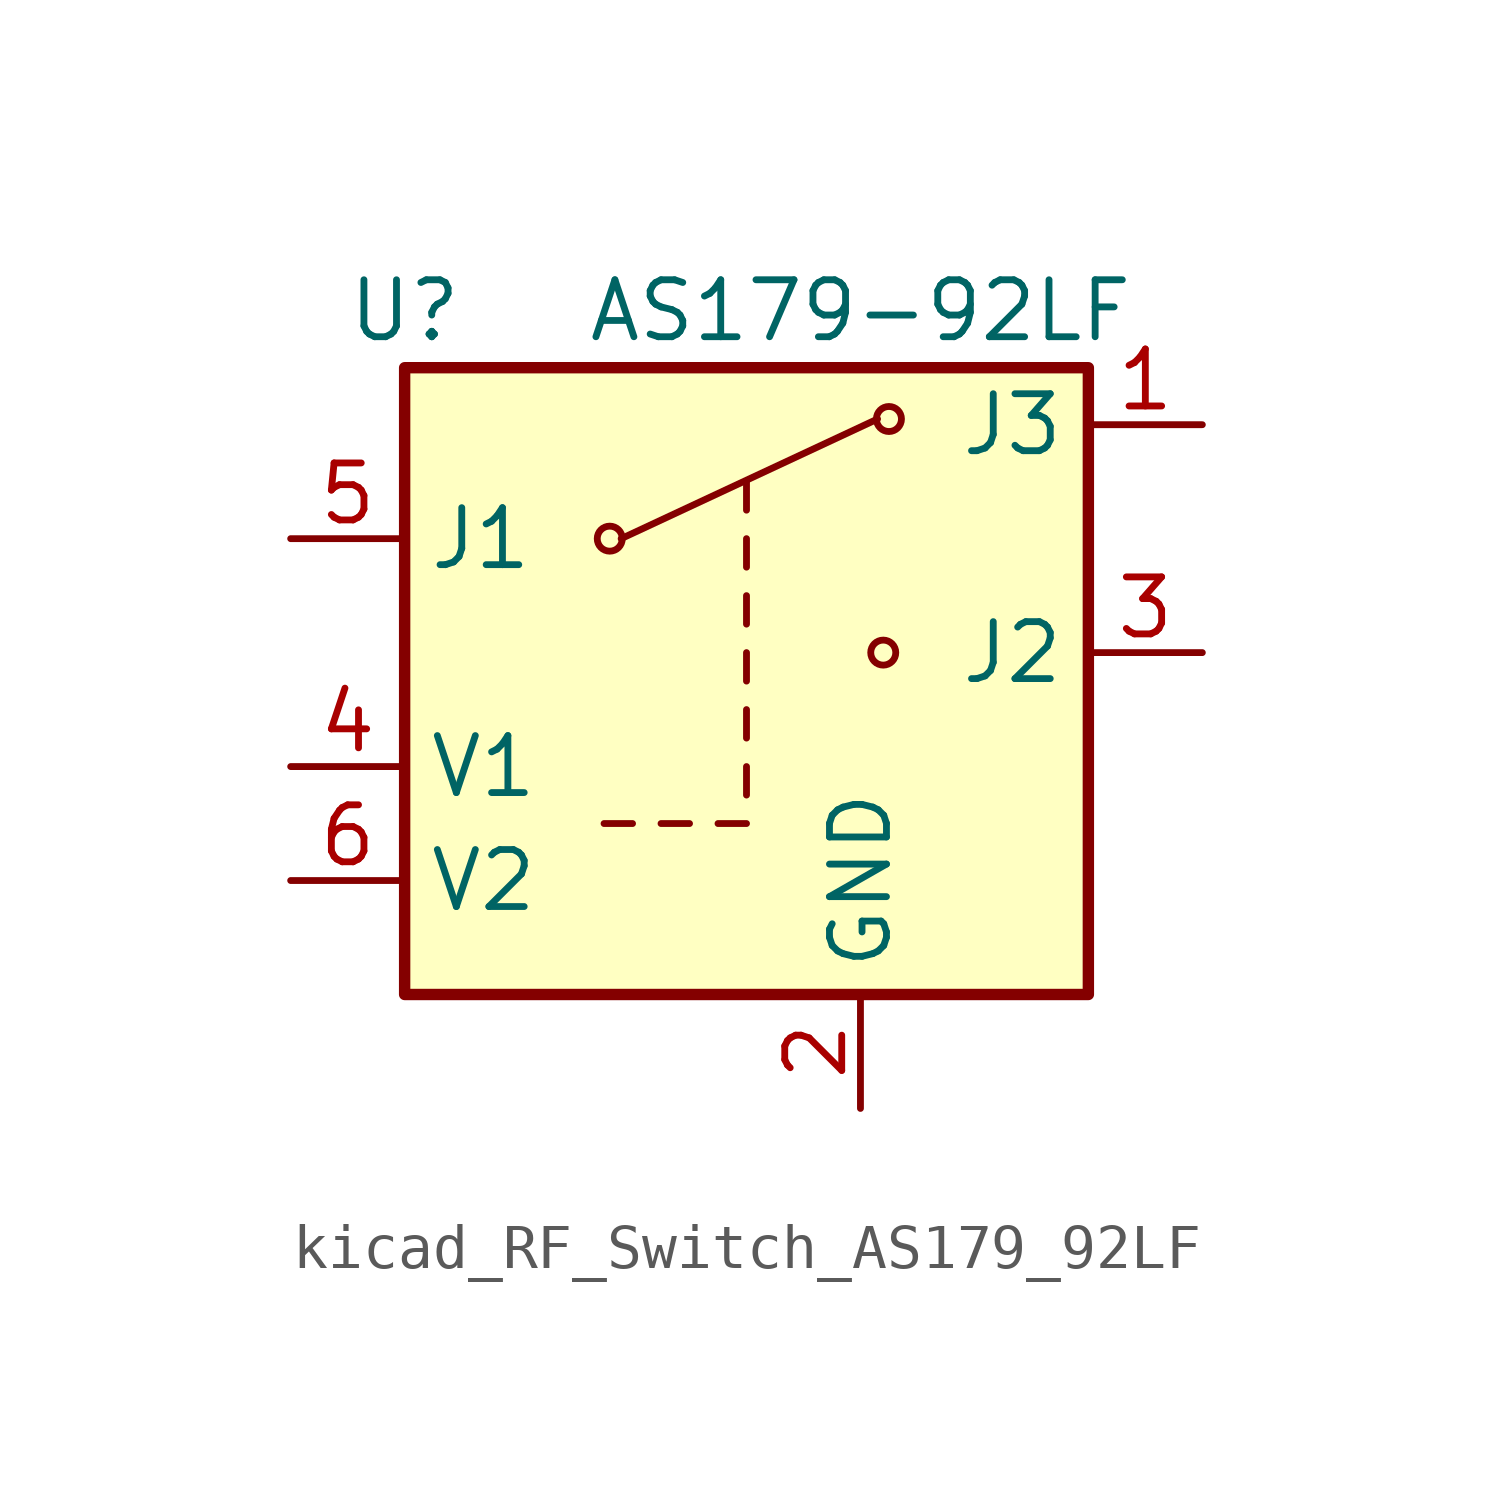
<source format=kicad_sym>
(kicad_symbol_lib
  (version 20220914)
  (generator kicad_symbol_editor)
  (symbol "kicad_RF_Switch_AS179_92LF"
    (property "Reference" "U"
      (at -7.62 7.62 0)
      (effects (font (size 1.27 1.27))))
    (property "Value" "AS179-92LF"
      (at 2.54 7.62 0)
      (effects (font (size 1.27 1.27))))
    (symbol "kicad_RF_Switch_AS179_92LF_1_1"
      (circle (center -3.048 2.54) (radius 0.279) (stroke (width 0) (type default)) (fill (type none)))
      (polyline (pts (xy -3.175 -3.81) (xy -2.54 -3.81)) (stroke (width 0) (type default)) (fill (type none)))
      (polyline (pts (xy -2.794 2.54) (xy 2.921 5.207)) (stroke (width 0) (type default)) (fill (type none)))
      (polyline (pts (xy -1.905 -3.81) (xy -1.27 -3.81)) (stroke (width 0) (type default)) (fill (type none)))
      (polyline (pts (xy -0.635 -3.81) (xy 0 -3.81)) (stroke (width 0) (type default)) (fill (type none)))
      (polyline (pts (xy 0 -3.175) (xy 0 -2.54)) (stroke (width 0) (type default)) (fill (type none)))
      (polyline (pts (xy 0 -1.905) (xy 0 -1.27)) (stroke (width 0) (type default)) (fill (type none)))
      (polyline (pts (xy 0 -0.635) (xy 0 0)) (stroke (width 0) (type default)) (fill (type none)))
      (polyline (pts (xy 0 0.635) (xy 0 1.27)) (stroke (width 0) (type default)) (fill (type none)))
      (polyline (pts (xy 0 1.905) (xy 0 2.54)) (stroke (width 0) (type default)) (fill (type none)))
      (polyline (pts (xy 0 3.175) (xy 0 3.81)) (stroke (width 0) (type default)) (fill (type none)))
      (circle (center 3.048 0) (radius 0.279) (stroke (width 0) (type default)) (fill (type none)))
      (circle (center 3.175 5.207) (radius 0.279) (stroke (width 0) (type default)) (fill (type none)))
      (rectangle (start 7.62 -7.62) (end -7.62 6.35) (stroke (width 0.254) (type default)) (fill (type background)))
      (pin passive line (at 10.16 5.08 180) (length 2.54) (name "J3" (effects (font (size 1.27 1.27)))) (number "1" (effects (font (size 1.27 1.27)))))
      (pin power_in line (at 2.54 -10.16 90) (length 2.54) (name "GND" (effects (font (size 1.27 1.27)))) (number "2" (effects (font (size 1.27 1.27)))))
      (pin passive line (at 10.16 0 180) (length 2.54) (name "J2" (effects (font (size 1.27 1.27)))) (number "3" (effects (font (size 1.27 1.27)))))
      (pin input line (at -10.16 -2.54 0) (length 2.54) (name "V1" (effects (font (size 1.27 1.27)))) (number "4" (effects (font (size 1.27 1.27)))))
      (pin passive line (at -10.16 2.54 0) (length 2.54) (name "J1" (effects (font (size 1.27 1.27)))) (number "5" (effects (font (size 1.27 1.27)))))
      (pin input line (at -10.16 -5.08 0) (length 2.54) (name "V2" (effects (font (size 1.27 1.27)))) (number "6" (effects (font (size 1.27 1.27))))))))
</source>
